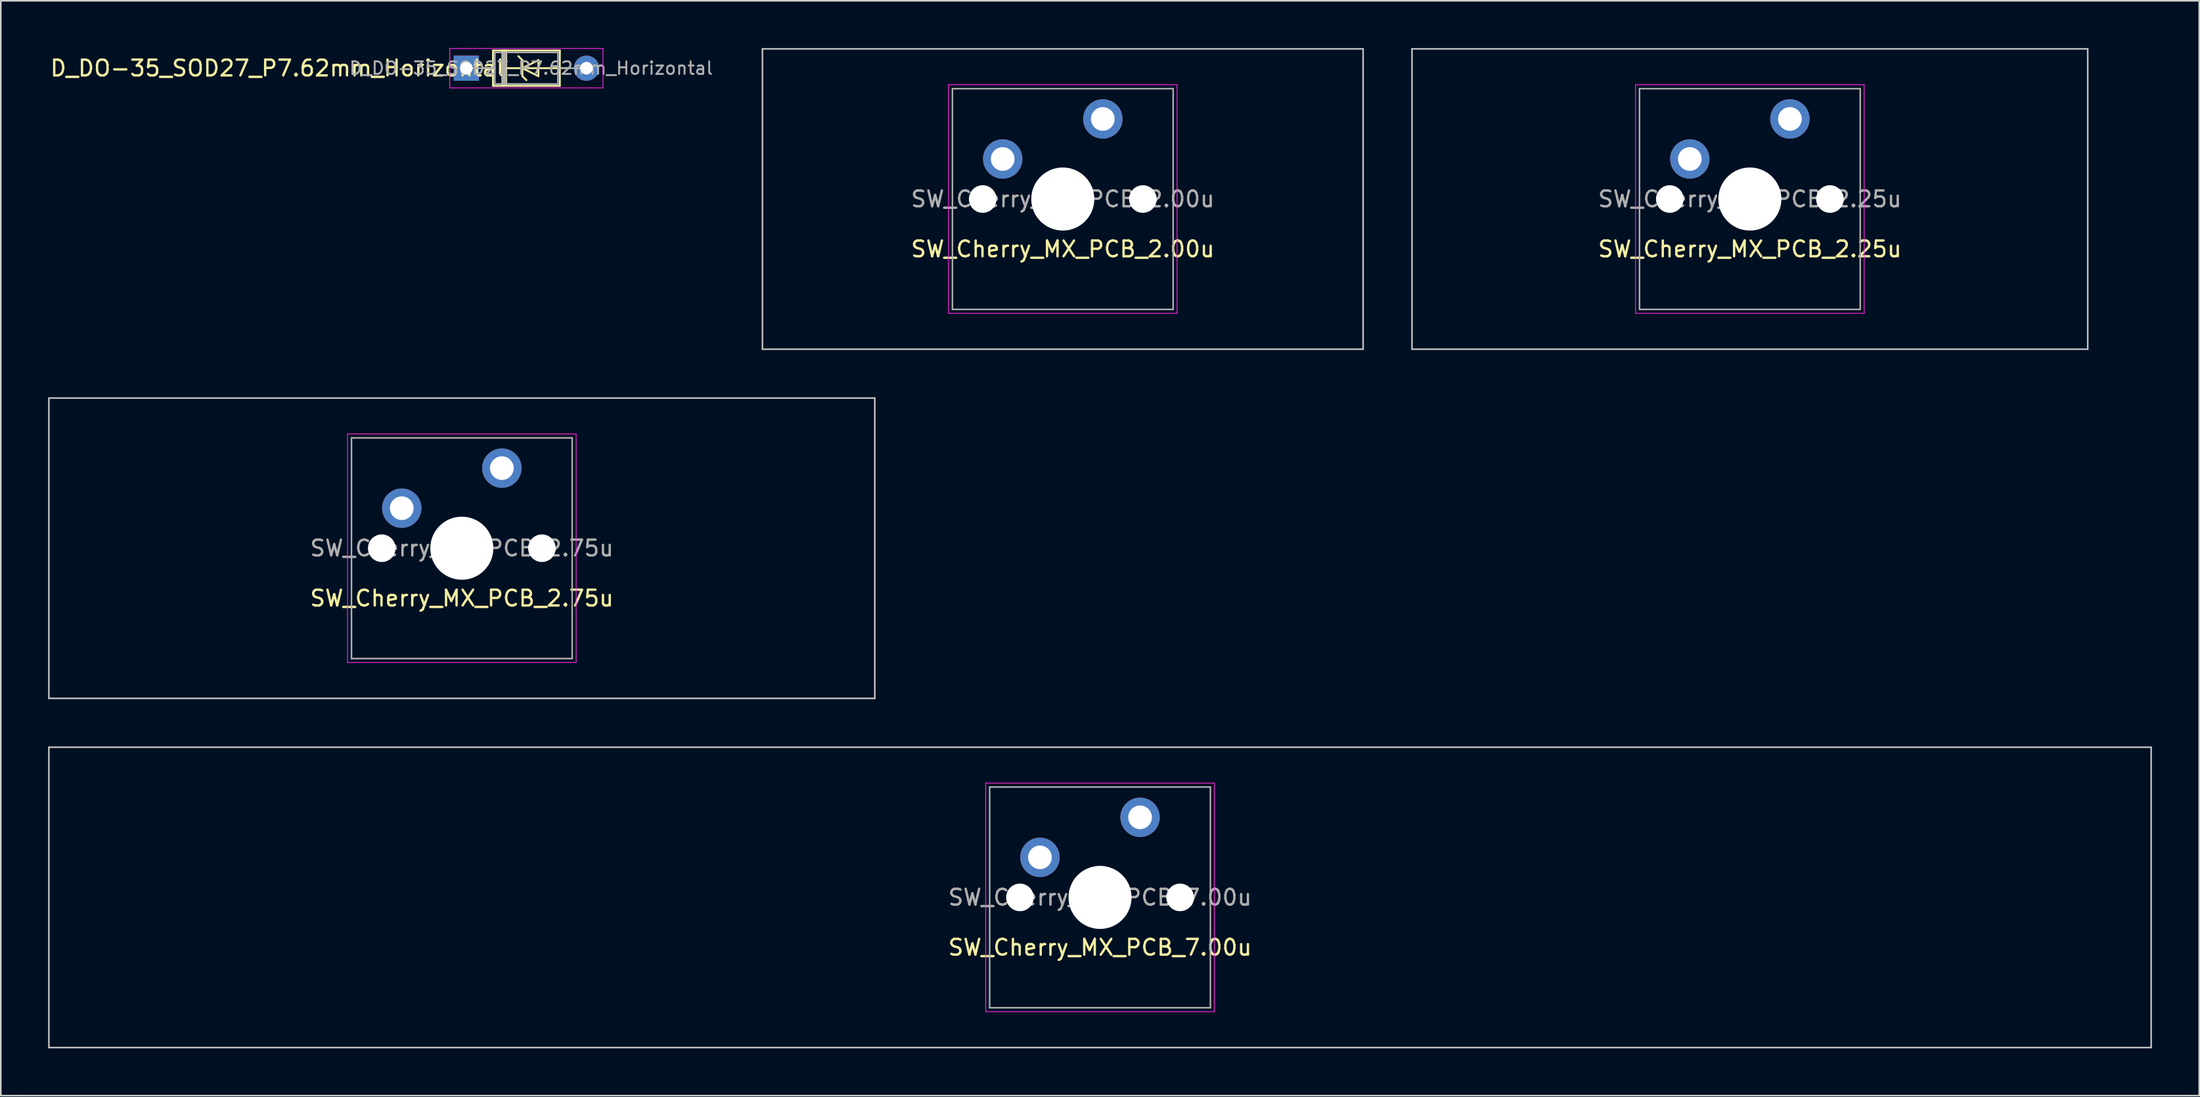
<source format=kicad_pcb>
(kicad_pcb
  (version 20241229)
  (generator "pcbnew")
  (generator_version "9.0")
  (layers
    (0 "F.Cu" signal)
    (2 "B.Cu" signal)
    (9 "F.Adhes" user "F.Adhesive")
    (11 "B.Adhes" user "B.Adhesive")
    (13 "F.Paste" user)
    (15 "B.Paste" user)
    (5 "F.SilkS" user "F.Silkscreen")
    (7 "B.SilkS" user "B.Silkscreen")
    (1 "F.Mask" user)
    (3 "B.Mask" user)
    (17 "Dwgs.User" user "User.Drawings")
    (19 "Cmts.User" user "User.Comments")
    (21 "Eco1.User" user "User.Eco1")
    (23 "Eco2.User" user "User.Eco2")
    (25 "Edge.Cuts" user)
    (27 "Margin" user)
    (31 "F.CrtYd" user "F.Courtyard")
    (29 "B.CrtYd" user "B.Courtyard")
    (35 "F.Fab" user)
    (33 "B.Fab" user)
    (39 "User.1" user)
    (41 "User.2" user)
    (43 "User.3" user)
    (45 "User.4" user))
  (footprint "D_DO-35_SOD27_P7.62mm_Horizontal"
    (layer "F.Cu")
    (at 26.53 1.275)
    (property "Reference" "D_DO-35_SOD27_P7.62mm_Horizontal" (at 2.53 0 180) (layer "F.SilkS") (effects (font (size 1 1) (thickness 0.15)) (justify right)))
    (attr through_hole)
    (fp_line (start 1.04 0) (end 1.69 0) (stroke (width 0.12) (type solid)) (layer "F.SilkS"))
    (fp_line (start 1.69 -1.12) (end 1.69 1.12) (stroke (width 0.12) (type solid)) (layer "F.SilkS"))
    (fp_line (start 1.69 1.12) (end 5.93 1.12) (stroke (width 0.12) (type solid)) (layer "F.SilkS"))
    (fp_line (start 2.29 -1.12) (end 2.29 1.12) (stroke (width 0.12) (type solid)) (layer "F.SilkS"))
    (fp_line (start 2.41 -1.12) (end 2.41 1.12) (stroke (width 0.12) (type solid)) (layer "F.SilkS"))
    (fp_line (start 2.53 -1.12) (end 2.53 1.12) (stroke (width 0.12) (type solid)) (layer "F.SilkS"))
    (fp_line (start 3.302 -0.762) (end 3.556 -0.508) (stroke (width 0.12) (type solid)) (layer "F.SilkS"))
    (fp_line (start 3.556 -0.508) (end 3.556 0.508) (stroke (width 0.12) (type solid)) (layer "F.SilkS"))
    (fp_line (start 3.556 0) (end 4.572 -0.508) (stroke (width 0.12) (type solid)) (layer "F.SilkS"))
    (fp_line (start 3.556 0.508) (end 3.81 0.762) (stroke (width 0.12) (type solid)) (layer "F.SilkS"))
    (fp_line (start 4.572 -0.508) (end 4.572 0.508) (stroke (width 0.12) (type solid)) (layer "F.SilkS"))
    (fp_line (start 4.572 0.508) (end 3.556 0) (stroke (width 0.12) (type solid)) (layer "F.SilkS"))
    (fp_line (start 5.93 -1.12) (end 1.69 -1.12) (stroke (width 0.12) (type solid)) (layer "F.SilkS"))
    (fp_line (start 5.93 0) (end 2.41 0) (stroke (width 0.12) (type solid)) (layer "F.SilkS"))
    (fp_line (start 5.93 1.12) (end 5.93 -1.12) (stroke (width 0.12) (type solid)) (layer "F.SilkS"))
    (fp_line (start 6.58 0) (end 5.93 0) (stroke (width 0.12) (type solid)) (layer "F.SilkS"))
    (fp_line (start -1.05 -1.25) (end -1.05 1.25) (stroke (width 0.05) (type solid)) (layer "F.CrtYd"))
    (fp_line (start -1.05 1.25) (end 8.67 1.25) (stroke (width 0.05) (type solid)) (layer "F.CrtYd"))
    (fp_line (start 8.67 -1.25) (end -1.05 -1.25) (stroke (width 0.05) (type solid)) (layer "F.CrtYd"))
    (fp_line (start 8.67 1.25) (end 8.67 -1.25) (stroke (width 0.05) (type solid)) (layer "F.CrtYd"))
    (fp_line (start 0 0) (end 1.81 0) (stroke (width 0.1) (type solid)) (layer "F.Fab"))
    (fp_line (start 1.81 -1) (end 1.81 1) (stroke (width 0.1) (type solid)) (layer "F.Fab"))
    (fp_line (start 1.81 1) (end 5.81 1) (stroke (width 0.1) (type solid)) (layer "F.Fab"))
    (fp_line (start 2.31 -1) (end 2.31 1) (stroke (width 0.1) (type solid)) (layer "F.Fab"))
    (fp_line (start 2.41 -1) (end 2.41 1) (stroke (width 0.1) (type solid)) (layer "F.Fab"))
    (fp_line (start 2.51 -1) (end 2.51 1) (stroke (width 0.1) (type solid)) (layer "F.Fab"))
    (fp_line (start 5.81 -1) (end 1.81 -1) (stroke (width 0.1) (type solid)) (layer "F.Fab"))
    (fp_line (start 5.81 1) (end 5.81 -1) (stroke (width 0.1) (type solid)) (layer "F.Fab"))
    (fp_line (start 7.62 0) (end 5.81 0) (stroke (width 0.1) (type solid)) (layer "F.Fab"))
    (fp_text user "${REFERENCE}" (at 4.11 0 180) (layer "F.Fab") (effects (font (size 0.8 0.8) (thickness 0.12))))
    (pad "1" thru_hole rect (at 0 0) (size 1.6 1.6) (drill 0.8) (layers "*.Cu" "*.Mask"))
    (pad "2" thru_hole oval (at 7.62 0) (size 1.6 1.6) (drill 0.8) (layers "*.Cu" "*.Mask")))
  (footprint "SW_Cherry_MX_PCB_2.75u"
    (layer "F.Cu")
    (at 26.244 31.725)
    (property "Reference" "SW_Cherry_MX_PCB_2.75u" (at 0 3.175 0) (layer "F.SilkS") (effects (font (size 1 1) (thickness 0.15))))
    (attr through_hole)
    (fp_line (start -26.194 -9.525) (end -26.194 9.525) (stroke (width 0.1) (type solid)) (layer "Dwgs.User"))
    (fp_line (start -26.194 9.525) (end 26.194 9.525) (stroke (width 0.1) (type solid)) (layer "Dwgs.User"))
    (fp_line (start 26.194 -9.525) (end -26.194 -9.525) (stroke (width 0.1) (type solid)) (layer "Dwgs.User"))
    (fp_line (start 26.194 9.525) (end 26.194 -9.525) (stroke (width 0.1) (type solid)) (layer "Dwgs.User"))
    (fp_line (start -7 -7) (end -7 7) (stroke (width 0.1) (type solid)) (layer "Eco1.User"))
    (fp_line (start -7 7) (end 7 7) (stroke (width 0.1) (type solid)) (layer "Eco1.User"))
    (fp_line (start 7 -7) (end -7 -7) (stroke (width 0.1) (type solid)) (layer "Eco1.User"))
    (fp_line (start 7 7) (end 7 -7) (stroke (width 0.1) (type solid)) (layer "Eco1.User"))
    (fp_line (start -7.25 -7.25) (end -7.25 7.25) (stroke (width 0.05) (type solid)) (layer "F.CrtYd"))
    (fp_line (start -7.25 7.25) (end 7.25 7.25) (stroke (width 0.05) (type solid)) (layer "F.CrtYd"))
    (fp_line (start 7.25 -7.25) (end -7.25 -7.25) (stroke (width 0.05) (type solid)) (layer "F.CrtYd"))
    (fp_line (start 7.25 7.25) (end 7.25 -7.25) (stroke (width 0.05) (type solid)) (layer "F.CrtYd"))
    (fp_line (start -7 -7) (end -7 7) (stroke (width 0.1) (type solid)) (layer "F.Fab"))
    (fp_line (start -7 7) (end 7 7) (stroke (width 0.1) (type solid)) (layer "F.Fab"))
    (fp_line (start 7 -7) (end -7 -7) (stroke (width 0.1) (type solid)) (layer "F.Fab"))
    (fp_line (start 7 7) (end 7 -7) (stroke (width 0.1) (type solid)) (layer "F.Fab"))
    (fp_text user "${REFERENCE}" (at 0 0 0) (layer "F.Fab") (effects (font (size 1 1) (thickness 0.15))))
    (pad "" np_thru_hole circle (at -5.08 0) (size 1.75 1.75) (drill 1.75) (layers "*.Cu" "*.Mask"))
    (pad "" smd circle (at -3.81 -2.54) (size 1.55 1.55) (layers "F.Mask"))
    (pad "" np_thru_hole circle (at 0 0) (size 4 4) (drill 4) (layers "*.Cu" "*.Mask"))
    (pad "" smd circle (at 2.54 -5.08) (size 1.55 1.55) (layers "F.Mask"))
    (pad "" np_thru_hole circle (at 5.08 0) (size 1.75 1.75) (drill 1.75) (layers "*.Cu" "*.Mask"))
    (pad "1" thru_hole circle (at -3.81 -2.54) (size 2.5 2.5) (drill 1.5) (layers "*.Cu" "B.Mask"))
    (pad "2" thru_hole circle (at 2.54 -5.08) (size 2.5 2.5) (drill 1.5) (layers "*.Cu" "B.Mask")))
  (footprint "SW_Cherry_MX_PCB_2.25u"
    (layer "F.Cu")
    (at 107.945 9.575)
    (property "Reference" "SW_Cherry_MX_PCB_2.25u" (at 0 3.175 0) (layer "F.SilkS") (effects (font (size 1 1) (thickness 0.15))))
    (attr through_hole)
    (fp_line (start -21.431 -9.525) (end -21.431 9.525) (stroke (width 0.1) (type solid)) (layer "Dwgs.User"))
    (fp_line (start -21.431 9.525) (end 21.431 9.525) (stroke (width 0.1) (type solid)) (layer "Dwgs.User"))
    (fp_line (start 21.431 -9.525) (end -21.431 -9.525) (stroke (width 0.1) (type solid)) (layer "Dwgs.User"))
    (fp_line (start 21.431 9.525) (end 21.431 -9.525) (stroke (width 0.1) (type solid)) (layer "Dwgs.User"))
    (fp_line (start -7 -7) (end -7 7) (stroke (width 0.1) (type solid)) (layer "Eco1.User"))
    (fp_line (start -7 7) (end 7 7) (stroke (width 0.1) (type solid)) (layer "Eco1.User"))
    (fp_line (start 7 -7) (end -7 -7) (stroke (width 0.1) (type solid)) (layer "Eco1.User"))
    (fp_line (start 7 7) (end 7 -7) (stroke (width 0.1) (type solid)) (layer "Eco1.User"))
    (fp_line (start -7.25 -7.25) (end -7.25 7.25) (stroke (width 0.05) (type solid)) (layer "F.CrtYd"))
    (fp_line (start -7.25 7.25) (end 7.25 7.25) (stroke (width 0.05) (type solid)) (layer "F.CrtYd"))
    (fp_line (start 7.25 -7.25) (end -7.25 -7.25) (stroke (width 0.05) (type solid)) (layer "F.CrtYd"))
    (fp_line (start 7.25 7.25) (end 7.25 -7.25) (stroke (width 0.05) (type solid)) (layer "F.CrtYd"))
    (fp_line (start -7 -7) (end -7 7) (stroke (width 0.1) (type solid)) (layer "F.Fab"))
    (fp_line (start -7 7) (end 7 7) (stroke (width 0.1) (type solid)) (layer "F.Fab"))
    (fp_line (start 7 -7) (end -7 -7) (stroke (width 0.1) (type solid)) (layer "F.Fab"))
    (fp_line (start 7 7) (end 7 -7) (stroke (width 0.1) (type solid)) (layer "F.Fab"))
    (fp_text user "${REFERENCE}" (at 0 0 0) (layer "F.Fab") (effects (font (size 1 1) (thickness 0.15))))
    (pad "" np_thru_hole circle (at -5.08 0) (size 1.75 1.75) (drill 1.75) (layers "*.Cu" "*.Mask"))
    (pad "" smd circle (at -3.81 -2.54) (size 1.55 1.55) (layers "F.Mask"))
    (pad "" np_thru_hole circle (at 0 0) (size 4 4) (drill 4) (layers "*.Cu" "*.Mask"))
    (pad "" smd circle (at 2.54 -5.08) (size 1.55 1.55) (layers "F.Mask"))
    (pad "" np_thru_hole circle (at 5.08 0) (size 1.75 1.75) (drill 1.75) (layers "*.Cu" "*.Mask"))
    (pad "1" thru_hole circle (at -3.81 -2.54) (size 2.5 2.5) (drill 1.5) (layers "*.Cu" "B.Mask"))
    (pad "2" thru_hole circle (at 2.54 -5.08) (size 2.5 2.5) (drill 1.5) (layers "*.Cu" "B.Mask")))
  (footprint "SW_Cherry_MX_PCB_2.00u"
    (layer "F.Cu")
    (at 64.363 9.575)
    (property "Reference" "SW_Cherry_MX_PCB_2.00u" (at 0 3.175 0) (layer "F.SilkS") (effects (font (size 1 1) (thickness 0.15))))
    (attr through_hole)
    (fp_line (start -19.05 -9.525) (end -19.05 9.525) (stroke (width 0.1) (type solid)) (layer "Dwgs.User"))
    (fp_line (start -19.05 9.525) (end 19.05 9.525) (stroke (width 0.1) (type solid)) (layer "Dwgs.User"))
    (fp_line (start 19.05 -9.525) (end -19.05 -9.525) (stroke (width 0.1) (type solid)) (layer "Dwgs.User"))
    (fp_line (start 19.05 9.525) (end 19.05 -9.525) (stroke (width 0.1) (type solid)) (layer "Dwgs.User"))
    (fp_line (start -7 -7) (end -7 7) (stroke (width 0.1) (type solid)) (layer "Eco1.User"))
    (fp_line (start -7 7) (end 7 7) (stroke (width 0.1) (type solid)) (layer "Eco1.User"))
    (fp_line (start 7 -7) (end -7 -7) (stroke (width 0.1) (type solid)) (layer "Eco1.User"))
    (fp_line (start 7 7) (end 7 -7) (stroke (width 0.1) (type solid)) (layer "Eco1.User"))
    (fp_line (start -7.25 -7.25) (end -7.25 7.25) (stroke (width 0.05) (type solid)) (layer "F.CrtYd"))
    (fp_line (start -7.25 7.25) (end 7.25 7.25) (stroke (width 0.05) (type solid)) (layer "F.CrtYd"))
    (fp_line (start 7.25 -7.25) (end -7.25 -7.25) (stroke (width 0.05) (type solid)) (layer "F.CrtYd"))
    (fp_line (start 7.25 7.25) (end 7.25 -7.25) (stroke (width 0.05) (type solid)) (layer "F.CrtYd"))
    (fp_line (start -7 -7) (end -7 7) (stroke (width 0.1) (type solid)) (layer "F.Fab"))
    (fp_line (start -7 7) (end 7 7) (stroke (width 0.1) (type solid)) (layer "F.Fab"))
    (fp_line (start 7 -7) (end -7 -7) (stroke (width 0.1) (type solid)) (layer "F.Fab"))
    (fp_line (start 7 7) (end 7 -7) (stroke (width 0.1) (type solid)) (layer "F.Fab"))
    (fp_text user "${REFERENCE}" (at 0 0 0) (layer "F.Fab") (effects (font (size 1 1) (thickness 0.15))))
    (pad "" np_thru_hole circle (at -5.08 0) (size 1.75 1.75) (drill 1.75) (layers "*.Cu" "*.Mask"))
    (pad "" smd circle (at -3.81 -2.54) (size 1.55 1.55) (layers "F.Mask"))
    (pad "" np_thru_hole circle (at 0 0) (size 4 4) (drill 4) (layers "*.Cu" "*.Mask"))
    (pad "" smd circle (at 2.54 -5.08) (size 1.55 1.55) (layers "F.Mask"))
    (pad "" np_thru_hole circle (at 5.08 0) (size 1.75 1.75) (drill 1.75) (layers "*.Cu" "*.Mask"))
    (pad "1" thru_hole circle (at -3.81 -2.54) (size 2.5 2.5) (drill 1.5) (layers "*.Cu" "B.Mask"))
    (pad "2" thru_hole circle (at 2.54 -5.08) (size 2.5 2.5) (drill 1.5) (layers "*.Cu" "B.Mask")))
  (footprint "SW_Cherry_MX_PCB_7.00u"
    (layer "F.Cu")
    (at 66.725 53.875)
    (property "Reference" "SW_Cherry_MX_PCB_7.00u" (at 0 3.175 0) (layer "F.SilkS") (effects (font (size 1 1) (thickness 0.15))))
    (attr through_hole)
    (fp_line (start -66.675 -9.525) (end -66.675 9.525) (stroke (width 0.1) (type solid)) (layer "Dwgs.User"))
    (fp_line (start -66.675 9.525) (end 66.675 9.525) (stroke (width 0.1) (type solid)) (layer "Dwgs.User"))
    (fp_line (start 66.675 -9.525) (end -66.675 -9.525) (stroke (width 0.1) (type solid)) (layer "Dwgs.User"))
    (fp_line (start 66.675 9.525) (end 66.675 -9.525) (stroke (width 0.1) (type solid)) (layer "Dwgs.User"))
    (fp_line (start -7 -7) (end -7 7) (stroke (width 0.1) (type solid)) (layer "Eco1.User"))
    (fp_line (start -7 7) (end 7 7) (stroke (width 0.1) (type solid)) (layer "Eco1.User"))
    (fp_line (start 7 -7) (end -7 -7) (stroke (width 0.1) (type solid)) (layer "Eco1.User"))
    (fp_line (start 7 7) (end 7 -7) (stroke (width 0.1) (type solid)) (layer "Eco1.User"))
    (fp_line (start -7.25 -7.25) (end -7.25 7.25) (stroke (width 0.05) (type solid)) (layer "F.CrtYd"))
    (fp_line (start -7.25 7.25) (end 7.25 7.25) (stroke (width 0.05) (type solid)) (layer "F.CrtYd"))
    (fp_line (start 7.25 -7.25) (end -7.25 -7.25) (stroke (width 0.05) (type solid)) (layer "F.CrtYd"))
    (fp_line (start 7.25 7.25) (end 7.25 -7.25) (stroke (width 0.05) (type solid)) (layer "F.CrtYd"))
    (fp_line (start -7 -7) (end -7 7) (stroke (width 0.1) (type solid)) (layer "F.Fab"))
    (fp_line (start -7 7) (end 7 7) (stroke (width 0.1) (type solid)) (layer "F.Fab"))
    (fp_line (start 7 -7) (end -7 -7) (stroke (width 0.1) (type solid)) (layer "F.Fab"))
    (fp_line (start 7 7) (end 7 -7) (stroke (width 0.1) (type solid)) (layer "F.Fab"))
    (fp_text user "${REFERENCE}" (at 0 0 0) (layer "F.Fab") (effects (font (size 1 1) (thickness 0.15))))
    (pad "" np_thru_hole circle (at -5.08 0) (size 1.75 1.75) (drill 1.75) (layers "*.Cu" "*.Mask"))
    (pad "" smd circle (at -3.81 -2.54) (size 1.55 1.55) (layers "F.Mask"))
    (pad "" np_thru_hole circle (at 0 0) (size 4 4) (drill 4) (layers "*.Cu" "*.Mask"))
    (pad "" smd circle (at 2.54 -5.08) (size 1.55 1.55) (layers "F.Mask"))
    (pad "" np_thru_hole circle (at 5.08 0) (size 1.75 1.75) (drill 1.75) (layers "*.Cu" "*.Mask"))
    (pad "1" thru_hole circle (at -3.81 -2.54) (size 2.5 2.5) (drill 1.5) (layers "*.Cu" "B.Mask"))
    (pad "2" thru_hole circle (at 2.54 -5.08) (size 2.5 2.5) (drill 1.5) (layers "*.Cu" "B.Mask")))
  (gr_rect
    (start -3 -3)
    (end 136.45 66.45)
    (stroke (width 0.1) (type default))
    (fill no)
    (layer "Edge.Cuts")))
</source>
